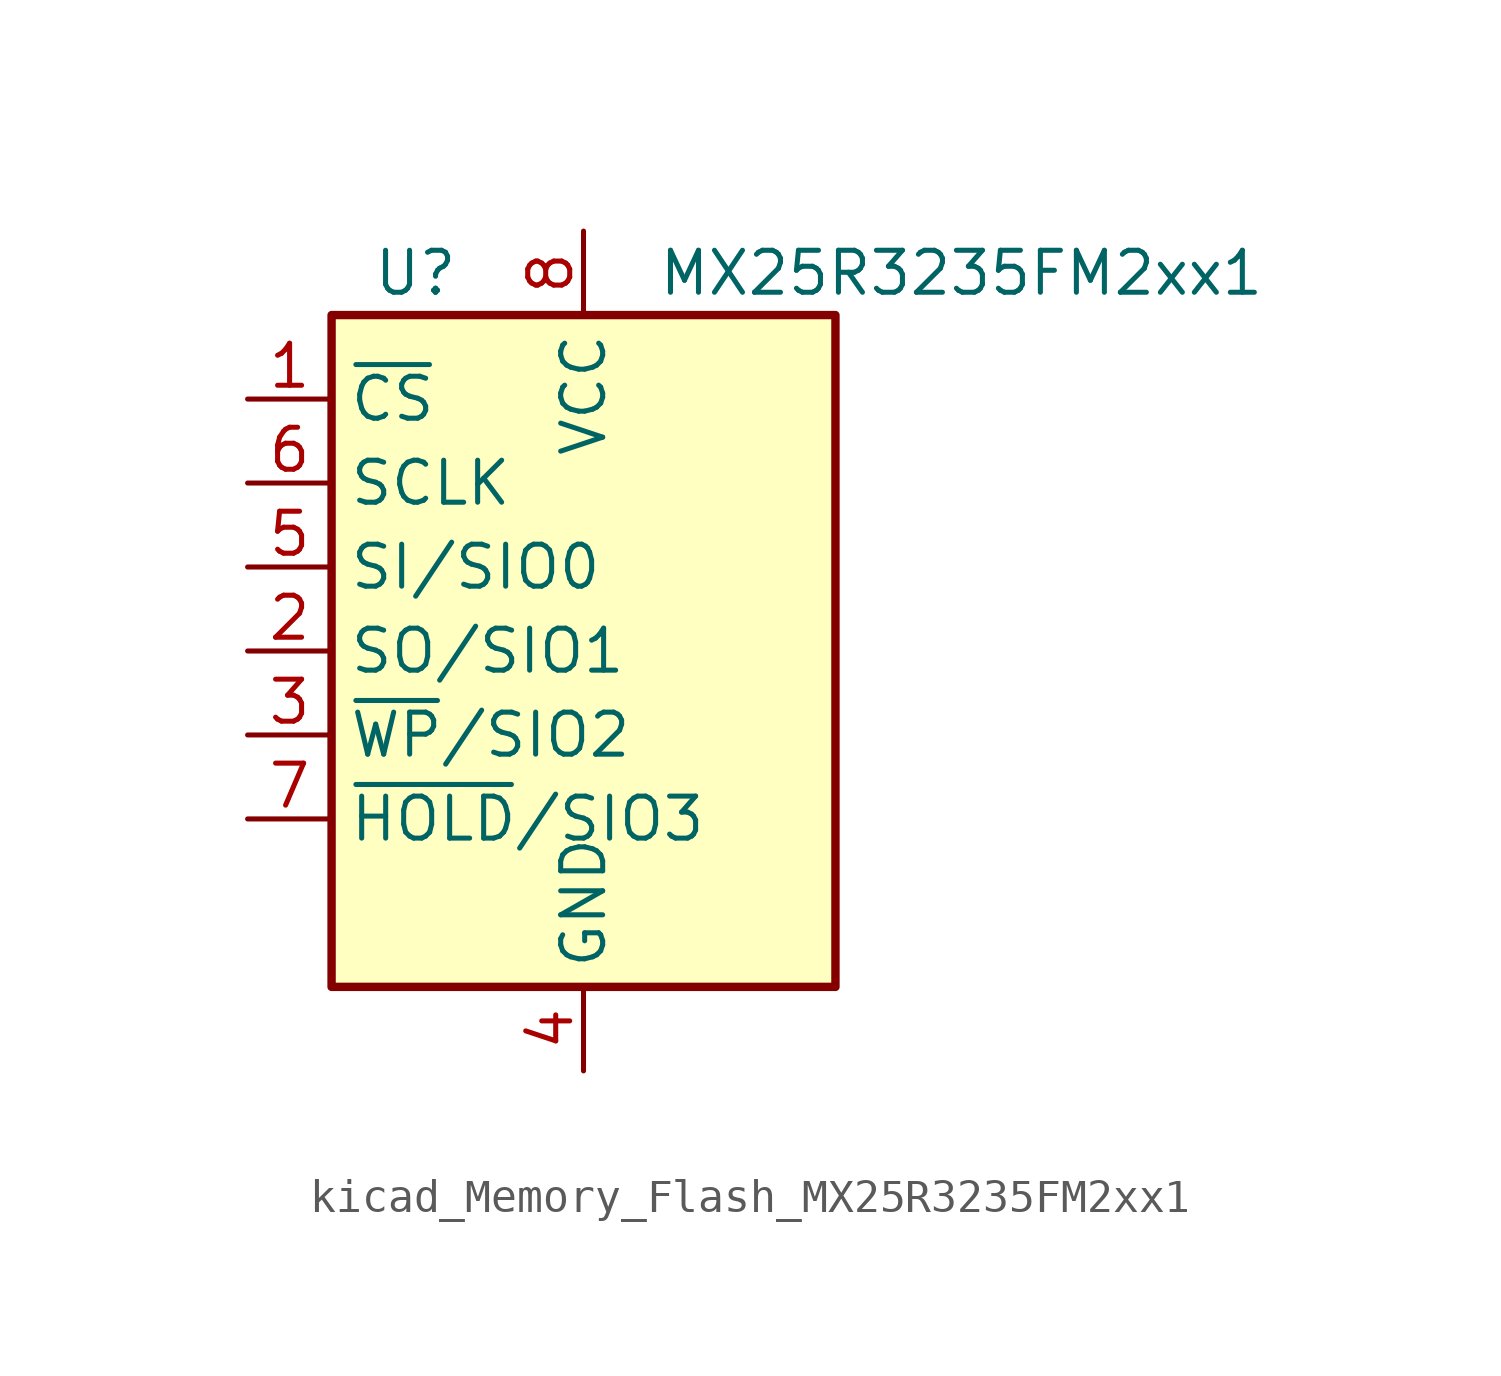
<source format=kicad_sym>
(kicad_symbol_lib
  (version 20220914)
  (generator kicad_symbol_editor)
  (symbol "kicad_Memory_Flash_MX25R3235FM2xx1"
    (property "Reference" "U"
      (at -5.08 11.43 0)
      (effects (font (size 1.27 1.27))))
    (property "Value" "MX25R3235FM2xx1"
      (at 11.43 11.43 0)
      (effects (font (size 1.27 1.27))))
    (symbol "kicad_Memory_Flash_MX25R3235FM2xx1_0_1"
      (rectangle (start -7.62 10.16) (end 7.62 -10.16) (stroke (width 0.254) (type default)) (fill (type background))))
    (symbol "kicad_Memory_Flash_MX25R3235FM2xx1_1_1"
      (pin input line (at -10.16 7.62 0) (length 2.54) (name "~{CS}" (effects (font (size 1.27 1.27)))) (number "1" (effects (font (size 1.27 1.27)))))
      (pin bidirectional line (at -10.16 0 0) (length 2.54) (name "SO/SIO1" (effects (font (size 1.27 1.27)))) (number "2" (effects (font (size 1.27 1.27)))))
      (pin bidirectional line (at -10.16 -2.54 0) (length 2.54) (name "~{WP}/SIO2" (effects (font (size 1.27 1.27)))) (number "3" (effects (font (size 1.27 1.27)))))
      (pin power_in line (at 0 -12.7 90) (length 2.54) (name "GND" (effects (font (size 1.27 1.27)))) (number "4" (effects (font (size 1.27 1.27)))))
      (pin bidirectional line (at -10.16 2.54 0) (length 2.54) (name "SI/SIO0" (effects (font (size 1.27 1.27)))) (number "5" (effects (font (size 1.27 1.27)))))
      (pin input line (at -10.16 5.08 0) (length 2.54) (name "SCLK" (effects (font (size 1.27 1.27)))) (number "6" (effects (font (size 1.27 1.27)))))
      (pin bidirectional line (at -10.16 -5.08 0) (length 2.54) (name "~{HOLD}/SIO3" (effects (font (size 1.27 1.27)))) (number "7" (effects (font (size 1.27 1.27)))))
      (pin power_in line (at 0 12.7 270) (length 2.54) (name "VCC" (effects (font (size 1.27 1.27)))) (number "8" (effects (font (size 1.27 1.27))))))))
</source>
